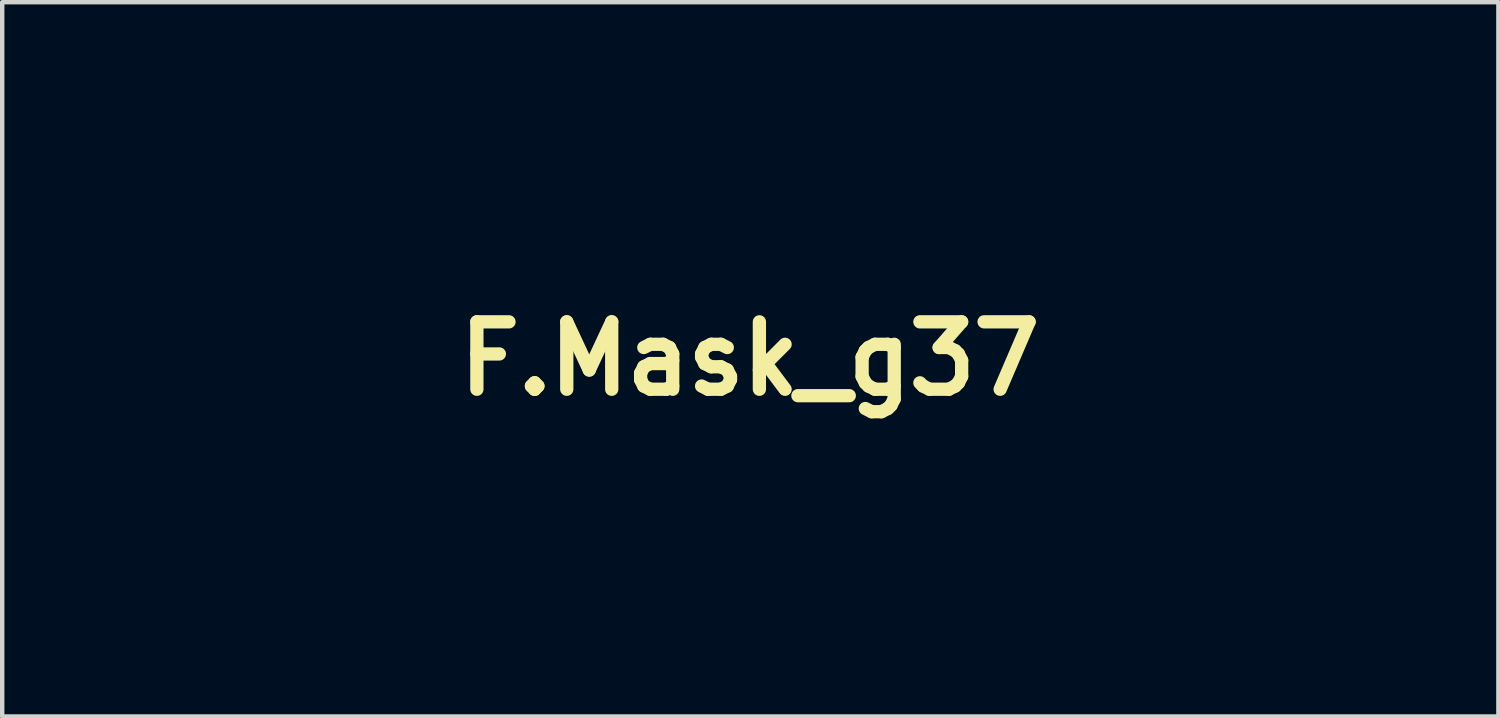
<source format=kicad_pcb>
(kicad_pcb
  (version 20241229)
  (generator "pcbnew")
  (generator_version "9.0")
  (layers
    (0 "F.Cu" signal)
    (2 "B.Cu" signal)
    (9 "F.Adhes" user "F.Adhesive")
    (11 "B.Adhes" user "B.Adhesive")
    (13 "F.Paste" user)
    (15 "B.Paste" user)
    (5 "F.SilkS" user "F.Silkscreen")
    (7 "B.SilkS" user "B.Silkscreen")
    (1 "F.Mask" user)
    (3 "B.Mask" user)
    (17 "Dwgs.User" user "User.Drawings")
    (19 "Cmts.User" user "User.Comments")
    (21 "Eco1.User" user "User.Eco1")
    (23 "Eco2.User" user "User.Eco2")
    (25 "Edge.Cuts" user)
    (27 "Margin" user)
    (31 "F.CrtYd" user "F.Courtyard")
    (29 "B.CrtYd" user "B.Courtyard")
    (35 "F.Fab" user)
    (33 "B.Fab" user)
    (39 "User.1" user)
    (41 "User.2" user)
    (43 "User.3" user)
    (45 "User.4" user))
  (footprint "F.Mask_g37"
    (layer "F.Cu")
    (at 13.899 5.06)
    (property "Reference" "F.Mask_g37" (at 0 0 0) (layer "F.SilkS") (effects (font (size 1.524 1.524) (thickness 0.3))))
    (attr through_hole)
    (fp_poly (pts (xy 1.314 2.718) (xy 1.509 2.72) (xy 1.679 2.723) (xy 1.819 2.726) (xy 1.923 2.731) (xy 1.985 2.735) (xy 2.002 2.74) (xy 1.991 2.77) (xy 1.963 2.839) (xy 1.924 2.938) (xy 1.876 3.059) (xy 1.841 3.146) (xy 1.689 3.53) (xy 0.778 3.53) (xy 0.539 3.53) (xy 0.346 3.53) (xy 0.194 3.529) (xy 0.079 3.527) (xy -0.005 3.524) (xy -0.062 3.519) (xy -0.096 3.513) (xy -0.114 3.505) (xy -0.118 3.495) (xy -0.116 3.486) (xy -0.101 3.448) (xy -0.072 3.372) (xy -0.031 3.267) (xy 0.018 3.144) (xy 0.044 3.08) (xy 0.187 2.718) (xy 1.099 2.718) (xy 1.314 2.718)) (stroke (width 0.01) (type solid)) (fill yes) (layer "F.Mask"))
    (fp_poly (pts (xy 9.503 0.972) (xy 9.64 1.048) (xy 9.686 1.087) (xy 9.772 1.189) (xy 9.817 1.3) (xy 9.83 1.428) (xy 9.824 1.514) (xy 9.803 1.591) (xy 9.76 1.68) (xy 9.735 1.725) (xy 9.604 1.9) (xy 9.437 2.042) (xy 9.234 2.152) (xy 8.993 2.229) (xy 8.712 2.274) (xy 8.674 2.277) (xy 8.48 2.294) (xy 8.521 2.195) (xy 8.543 2.141) (xy 8.581 2.049) (xy 8.63 1.928) (xy 8.687 1.786) (xy 8.748 1.634) (xy 8.757 1.613) (xy 8.834 1.426) (xy 8.898 1.28) (xy 8.953 1.171) (xy 9.003 1.091) (xy 9.053 1.036) (xy 9.106 0.999) (xy 9.166 0.973) (xy 9.19 0.966) (xy 9.353 0.944) (xy 9.503 0.972)) (stroke (width 0.01) (type solid)) (fill yes) (layer "F.Mask"))
    (fp_poly (pts (xy 1.307 -3.867) (xy 1.297 -3.797) (xy 1.283 -3.702) (xy 1.269 -3.591) (xy 1.256 -3.476) (xy 1.243 -3.369) (xy 1.234 -3.281) (xy 1.23 -3.224) (xy 1.23 -3.207) (xy 1.246 -3.224) (xy 1.289 -3.275) (xy 1.351 -3.355) (xy 1.429 -3.457) (xy 1.514 -3.568) (xy 1.791 -3.935) (xy 2.242 -3.936) (xy 2.387 -3.936) (xy 2.512 -3.935) (xy 2.61 -3.932) (xy 2.673 -3.93) (xy 2.692 -3.927) (xy 2.677 -3.906) (xy 2.631 -3.85) (xy 2.559 -3.763) (xy 2.464 -3.648) (xy 2.349 -3.51) (xy 2.217 -3.351) (xy 2.071 -3.177) (xy 1.915 -2.991) (xy 1.906 -2.98) (xy 1.119 -2.045) (xy 1.233 -2.037) (xy 1.305 -2.026) (xy 1.343 -2.007) (xy 1.346 -1.999) (xy 1.328 -1.928) (xy 1.282 -1.84) (xy 1.219 -1.749) (xy 1.149 -1.672) (xy 1.148 -1.671) (xy 1.081 -1.617) (xy 1.009 -1.574) (xy 0.926 -1.543) (xy 0.824 -1.522) (xy 0.696 -1.508) (xy 0.533 -1.501) (xy 0.327 -1.499) (xy 0.298 -1.499) (xy 0.136 -1.5) (xy 0.002 -1.503) (xy -0.098 -1.508) (xy -0.158 -1.515) (xy -0.174 -1.522) (xy -0.154 -1.547) (xy -0.105 -1.603) (xy -0.033 -1.683) (xy 0.057 -1.78) (xy 0.152 -1.881) (xy 0.469 -2.217) (xy 0.538 -2.804) (xy 0.563 -3.017) (xy 0.583 -3.185) (xy 0.596 -3.316) (xy 0.602 -3.417) (xy 0.601 -3.493) (xy 0.591 -3.551) (xy 0.573 -3.598) (xy 0.544 -3.641) (xy 0.505 -3.686) (xy 0.456 -3.739) (xy 0.442 -3.754) (xy 0.275 -3.937) (xy 1.32 -3.937) (xy 1.307 -3.867)) (stroke (width 0.01) (type solid)) (fill yes) (layer "F.Mask"))
    (fp_poly (pts (xy -1 -5.054) (xy -0.854 -5.053) (xy -0.746 -5.051) (xy -0.672 -5.048) (xy -0.626 -5.042) (xy -0.602 -5.034) (xy -0.593 -5.023) (xy -0.595 -5.01) (xy -0.609 -4.974) (xy -0.638 -4.898) (xy -0.68 -4.791) (xy -0.731 -4.659) (xy -0.79 -4.51) (xy -0.81 -4.458) (xy -1.011 -3.95) (xy -0.623 -3.943) (xy -0.234 -3.936) (xy -0.073 -3.788) (xy 0.087 -3.64) (xy -0.128 -3.087) (xy -0.212 -2.876) (xy -0.284 -2.706) (xy -0.347 -2.574) (xy -0.405 -2.472) (xy -0.462 -2.396) (xy -0.521 -2.34) (xy -0.586 -2.296) (xy -0.641 -2.27) (xy -0.672 -2.258) (xy -0.708 -2.248) (xy -0.754 -2.24) (xy -0.815 -2.234) (xy -0.897 -2.229) (xy -1.004 -2.225) (xy -1.142 -2.222) (xy -1.317 -2.22) (xy -1.532 -2.218) (xy -1.765 -2.216) (xy -2.781 -2.21) (xy -2.534 -2.445) (xy -2.354 -2.616) (xy -1.52 -2.616) (xy -1.075 -2.616) (xy -0.906 -3.055) (xy -0.852 -3.194) (xy -0.806 -3.318) (xy -0.769 -3.417) (xy -0.745 -3.484) (xy -0.737 -3.512) (xy -0.76 -3.52) (xy -0.823 -3.527) (xy -0.912 -3.53) (xy -0.95 -3.531) (xy -1.164 -3.531) (xy -1.24 -3.334) (xy -1.283 -3.221) (xy -1.337 -3.084) (xy -1.392 -2.943) (xy -1.418 -2.877) (xy -1.52 -2.616) (xy -2.354 -2.616) (xy -2.287 -2.68) (xy -1.915 -3.619) (xy -1.833 -3.827) (xy -1.757 -4.021) (xy -1.688 -4.196) (xy -1.629 -4.346) (xy -1.582 -4.467) (xy -1.549 -4.552) (xy -1.532 -4.598) (xy -1.531 -4.603) (xy -1.54 -4.645) (xy -1.581 -4.718) (xy -1.649 -4.813) (xy -1.661 -4.829) (xy -1.724 -4.912) (xy -1.772 -4.981) (xy -1.8 -5.024) (xy -1.803 -5.034) (xy -1.779 -5.039) (xy -1.711 -5.045) (xy -1.606 -5.049) (xy -1.471 -5.052) (xy -1.313 -5.054) (xy -1.192 -5.055) (xy -1 -5.054)) (stroke (width 0.01) (type solid)) (fill yes) (layer "F.Mask"))
    (fp_poly (pts (xy -3.189 2.464) (xy -3.004 2.465) (xy -2.842 2.467) (xy -2.709 2.469) (xy -2.611 2.471) (xy -2.553 2.474) (xy -2.54 2.476) (xy -2.549 2.501) (xy -2.575 2.569) (xy -2.616 2.674) (xy -2.67 2.811) (xy -2.735 2.977) (xy -2.809 3.165) (xy -2.89 3.371) (xy -2.943 3.504) (xy -3.346 4.521) (xy -3.038 4.521) (xy -2.731 4.52) (xy -2.332 3.498) (xy -1.934 2.477) (xy -1.348 2.47) (xy -1.154 2.468) (xy -1.006 2.468) (xy -0.897 2.47) (xy -0.825 2.475) (xy -0.782 2.481) (xy -0.763 2.491) (xy -0.762 2.496) (xy -0.771 2.526) (xy -0.797 2.599) (xy -0.837 2.707) (xy -0.889 2.845) (xy -0.952 3.007) (xy -1.023 3.189) (xy -1.082 3.341) (xy -1.158 3.534) (xy -1.229 3.713) (xy -1.291 3.872) (xy -1.343 4.006) (xy -1.383 4.109) (xy -1.408 4.174) (xy -1.415 4.196) (xy -1.416 4.218) (xy -1.395 4.232) (xy -1.345 4.24) (xy -1.256 4.246) (xy -1.224 4.247) (xy -1.02 4.255) (xy -1.095 4.43) (xy -1.184 4.61) (xy -1.283 4.752) (xy -1.4 4.864) (xy -1.44 4.894) (xy -1.495 4.932) (xy -1.545 4.964) (xy -1.597 4.991) (xy -1.655 5.012) (xy -1.724 5.029) (xy -1.808 5.042) (xy -1.913 5.052) (xy -2.043 5.059) (xy -2.205 5.064) (xy -2.402 5.068) (xy -2.639 5.07) (xy -2.922 5.072) (xy -2.946 5.072) (xy -4.077 5.08) (xy -4.318 4.879) (xy -4.41 4.8) (xy -4.486 4.732) (xy -4.538 4.681) (xy -4.559 4.655) (xy -4.559 4.654) (xy -4.55 4.626) (xy -4.524 4.556) (xy -4.484 4.451) (xy -4.431 4.315) (xy -4.368 4.155) (xy -4.298 3.976) (xy -4.245 3.844) (xy -3.931 3.056) (xy -4.086 2.787) (xy -4.146 2.681) (xy -4.195 2.59) (xy -4.229 2.523) (xy -4.242 2.491) (xy -4.242 2.491) (xy -4.219 2.482) (xy -4.15 2.476) (xy -4.035 2.47) (xy -3.871 2.467) (xy -3.659 2.465) (xy -3.396 2.464) (xy -3.391 2.464) (xy -3.189 2.464)) (stroke (width 0.01) (type solid)) (fill yes) (layer "F.Mask"))
    (fp_poly (pts (xy 9.929 2.673) (xy 10.015 2.758) (xy 10.086 2.833) (xy 10.135 2.891) (xy 10.153 2.921) (xy 10.146 2.955) (xy 10.121 3.028) (xy 10.081 3.133) (xy 10.03 3.262) (xy 9.971 3.409) (xy 9.946 3.467) (xy 9.734 3.975) (xy 8.857 3.982) (xy 7.98 3.988) (xy 7.904 4.185) (xy 7.866 4.282) (xy 7.834 4.365) (xy 7.813 4.419) (xy 7.81 4.426) (xy 7.807 4.444) (xy 7.818 4.457) (xy 7.853 4.465) (xy 7.919 4.469) (xy 8.023 4.47) (xy 8.106 4.47) (xy 8.42 4.47) (xy 8.523 4.204) (xy 9.088 4.197) (xy 9.251 4.195) (xy 9.396 4.195) (xy 9.514 4.196) (xy 9.6 4.198) (xy 9.646 4.201) (xy 9.652 4.203) (xy 9.639 4.248) (xy 9.606 4.323) (xy 9.558 4.418) (xy 9.502 4.521) (xy 9.444 4.619) (xy 9.391 4.701) (xy 9.353 4.752) (xy 9.214 4.874) (xy 9.043 4.973) (xy 8.857 5.039) (xy 8.788 5.053) (xy 8.722 5.06) (xy 8.612 5.066) (xy 8.468 5.071) (xy 8.294 5.075) (xy 8.101 5.078) (xy 7.894 5.08) (xy 7.788 5.08) (xy 6.953 5.08) (xy 6.74 4.87) (xy 6.527 4.661) (xy 6.863 3.788) (xy 6.952 3.557) (xy 7.009 3.411) (xy 8.23 3.411) (xy 8.253 3.418) (xy 8.318 3.423) (xy 8.415 3.427) (xy 8.533 3.429) (xy 8.542 3.429) (xy 8.854 3.429) (xy 8.933 3.239) (xy 9.011 3.048) (xy 8.365 3.048) (xy 8.297 3.22) (xy 8.264 3.307) (xy 8.24 3.374) (xy 8.23 3.409) (xy 8.23 3.411) (xy 7.009 3.411) (xy 7.026 3.368) (xy 7.086 3.217) (xy 7.136 3.098) (xy 7.177 3.005) (xy 7.212 2.934) (xy 7.243 2.88) (xy 7.273 2.836) (xy 7.303 2.799) (xy 7.311 2.79) (xy 7.382 2.715) (xy 7.452 2.652) (xy 7.526 2.601) (xy 7.609 2.56) (xy 7.706 2.528) (xy 7.824 2.504) (xy 7.966 2.486) (xy 8.139 2.475) (xy 8.348 2.468) (xy 8.597 2.465) (xy 8.849 2.464) (xy 9.71 2.464) (xy 9.929 2.673)) (stroke (width 0.01) (type solid)) (fill yes) (layer "F.Mask"))
    (fp_poly (pts (xy 13.716 2.656) (xy 13.798 2.738) (xy 13.864 2.809) (xy 13.907 2.861) (xy 13.919 2.883) (xy 13.91 2.916) (xy 13.883 2.988) (xy 13.843 3.094) (xy 13.79 3.228) (xy 13.729 3.382) (xy 13.661 3.551) (xy 13.59 3.728) (xy 13.517 3.906) (xy 13.446 4.078) (xy 13.38 4.239) (xy 13.32 4.382) (xy 13.269 4.5) (xy 13.231 4.587) (xy 13.207 4.636) (xy 13.205 4.64) (xy 13.117 4.75) (xy 12.996 4.854) (xy 12.871 4.931) (xy 12.805 4.964) (xy 12.743 4.99) (xy 12.679 5.012) (xy 12.608 5.029) (xy 12.522 5.042) (xy 12.417 5.052) (xy 12.287 5.059) (xy 12.126 5.064) (xy 11.928 5.068) (xy 11.687 5.071) (xy 11.582 5.072) (xy 10.655 5.082) (xy 10.457 4.866) (xy 10.259 4.649) (xy 10.325 4.464) (xy 10.335 4.439) (xy 11.533 4.439) (xy 11.546 4.453) (xy 11.591 4.462) (xy 11.673 4.468) (xy 11.798 4.47) (xy 11.847 4.47) (xy 12.163 4.47) (xy 12.295 4.134) (xy 12.355 3.98) (xy 12.426 3.8) (xy 12.499 3.615) (xy 12.566 3.444) (xy 12.576 3.419) (xy 12.627 3.29) (xy 12.67 3.179) (xy 12.703 3.094) (xy 12.722 3.042) (xy 12.725 3.031) (xy 12.702 3.028) (xy 12.637 3.026) (xy 12.54 3.026) (xy 12.421 3.028) (xy 12.402 3.028) (xy 12.079 3.035) (xy 11.807 3.721) (xy 11.737 3.897) (xy 11.674 4.059) (xy 11.62 4.2) (xy 11.577 4.314) (xy 11.547 4.394) (xy 11.534 4.435) (xy 11.533 4.439) (xy 10.335 4.439) (xy 10.369 4.345) (xy 10.424 4.199) (xy 10.486 4.036) (xy 10.553 3.862) (xy 10.621 3.684) (xy 10.689 3.512) (xy 10.752 3.351) (xy 10.808 3.21) (xy 10.854 3.096) (xy 10.888 3.016) (xy 10.902 2.985) (xy 11.01 2.825) (xy 11.16 2.69) (xy 11.348 2.583) (xy 11.519 2.52) (xy 11.566 2.51) (xy 11.634 2.501) (xy 11.725 2.493) (xy 11.847 2.487) (xy 12.002 2.481) (xy 12.196 2.477) (xy 12.433 2.473) (xy 12.58 2.471) (xy 13.513 2.459) (xy 13.716 2.656)) (stroke (width 0.01) (type solid)) (fill yes) (layer "F.Mask"))
    (fp_poly (pts (xy -9.185 1.141) (xy -8.889 1.47) (xy -9.119 2.083) (xy -9.184 2.255) (xy -9.245 2.416) (xy -9.3 2.557) (xy -9.346 2.673) (xy -9.38 2.754) (xy -9.396 2.79) (xy -9.503 2.948) (xy -9.649 3.096) (xy -9.822 3.223) (xy -10.011 3.32) (xy -10.102 3.353) (xy -10.153 3.367) (xy -10.205 3.379) (xy -10.265 3.387) (xy -10.339 3.394) (xy -10.434 3.398) (xy -10.556 3.401) (xy -10.713 3.403) (xy -10.909 3.404) (xy -11.049 3.404) (xy -11.83 3.404) (xy -11.973 3.785) (xy -12.021 3.915) (xy -12.063 4.027) (xy -12.094 4.114) (xy -12.112 4.167) (xy -12.116 4.179) (xy -12.092 4.183) (xy -12.026 4.187) (xy -11.928 4.19) (xy -11.807 4.191) (xy -11.762 4.191) (xy -11.408 4.191) (xy -11.355 4.045) (xy -11.324 3.962) (xy -11.301 3.896) (xy -11.29 3.867) (xy -11.275 3.857) (xy -11.235 3.85) (xy -11.164 3.844) (xy -11.059 3.84) (xy -10.916 3.837) (xy -10.73 3.836) (xy -10.545 3.835) (xy -9.811 3.835) (xy -9.932 4.152) (xy -9.993 4.307) (xy -10.044 4.424) (xy -10.092 4.513) (xy -10.142 4.585) (xy -10.2 4.651) (xy -10.264 4.711) (xy -10.434 4.833) (xy -10.646 4.93) (xy -10.901 5.002) (xy -11.199 5.049) (xy -11.251 5.055) (xy -11.342 5.061) (xy -11.469 5.066) (xy -11.627 5.071) (xy -11.81 5.074) (xy -12.012 5.077) (xy -12.228 5.079) (xy -12.452 5.08) (xy -12.679 5.081) (xy -12.902 5.08) (xy -13.116 5.079) (xy -13.315 5.077) (xy -13.494 5.074) (xy -13.647 5.07) (xy -13.768 5.065) (xy -13.851 5.06) (xy -13.891 5.054) (xy -13.894 5.052) (xy -13.885 5.017) (xy -13.861 4.94) (xy -13.823 4.83) (xy -13.773 4.69) (xy -13.715 4.529) (xy -13.651 4.352) (xy -13.583 4.166) (xy -13.512 3.976) (xy -13.443 3.79) (xy -13.376 3.614) (xy -13.315 3.454) (xy -13.261 3.316) (xy -13.217 3.206) (xy -13.186 3.132) (xy -13.171 3.101) (xy -13.087 2.994) (xy -12.974 2.883) (xy -12.851 2.785) (xy -12.744 2.721) (xy -12.668 2.685) (xy -12.596 2.656) (xy -12.523 2.633) (xy -12.442 2.615) (xy -12.347 2.601) (xy -12.231 2.591) (xy -12.087 2.583) (xy -11.909 2.577) (xy -11.691 2.571) (xy -11.544 2.568) (xy -10.732 2.553) (xy -10.575 2.139) (xy -10.418 1.726) (xy -11.183 1.74) (xy -11.336 2.134) (xy -12.718 2.134) (xy -12.475 1.473) (xy -12.231 0.813) (xy -9.481 0.813) (xy -9.185 1.141)) (stroke (width 0.01) (type solid)) (fill yes) (layer "F.Mask"))
    (fp_poly (pts (xy 6.664 1.167) (xy 6.765 1.279) (xy 6.853 1.378) (xy 6.922 1.459) (xy 6.968 1.514) (xy 6.985 1.539) (xy 6.985 1.539) (xy 6.976 1.571) (xy 6.95 1.642) (xy 6.911 1.747) (xy 6.862 1.877) (xy 6.804 2.025) (xy 6.742 2.185) (xy 6.677 2.348) (xy 6.613 2.508) (xy 6.553 2.658) (xy 6.499 2.79) (xy 6.454 2.898) (xy 6.421 2.974) (xy 6.406 3.005) (xy 6.309 3.137) (xy 6.171 3.243) (xy 5.991 3.326) (xy 5.969 3.333) (xy 5.922 3.348) (xy 5.874 3.36) (xy 5.819 3.37) (xy 5.752 3.378) (xy 5.666 3.384) (xy 5.555 3.389) (xy 5.414 3.393) (xy 5.236 3.397) (xy 5.017 3.401) (xy 4.904 3.402) (xy 4.004 3.416) (xy 3.856 3.796) (xy 3.806 3.925) (xy 3.764 4.036) (xy 3.731 4.121) (xy 3.712 4.172) (xy 3.708 4.184) (xy 3.732 4.187) (xy 3.795 4.189) (xy 3.886 4.191) (xy 3.937 4.191) (xy 4.038 4.192) (xy 4.116 4.196) (xy 4.16 4.201) (xy 4.166 4.204) (xy 4.155 4.231) (xy 4.128 4.293) (xy 4.087 4.381) (xy 4.053 4.453) (xy 3.937 4.656) (xy 3.803 4.814) (xy 3.645 4.931) (xy 3.458 5.011) (xy 3.277 5.053) (xy 3.211 5.059) (xy 3.102 5.065) (xy 2.955 5.07) (xy 2.779 5.075) (xy 2.579 5.078) (xy 2.364 5.079) (xy 2.21 5.08) (xy 1.309 5.08) (xy 2.206 4.178) (xy 2.68 2.985) (xy 2.775 2.746) (xy 2.835 2.594) (xy 4.318 2.594) (xy 4.342 2.601) (xy 4.408 2.608) (xy 4.507 2.613) (xy 4.631 2.615) (xy 4.705 2.616) (xy 5.093 2.615) (xy 5.25 2.203) (xy 5.303 2.065) (xy 5.35 1.941) (xy 5.388 1.841) (xy 5.415 1.772) (xy 5.424 1.746) (xy 5.428 1.729) (xy 5.418 1.717) (xy 5.389 1.709) (xy 5.332 1.706) (xy 5.242 1.705) (xy 5.111 1.706) (xy 5.043 1.707) (xy 4.644 1.714) (xy 4.481 2.143) (xy 4.429 2.281) (xy 4.383 2.404) (xy 4.348 2.502) (xy 4.325 2.568) (xy 4.318 2.594) (xy 2.835 2.594) (xy 2.866 2.517) (xy 2.95 2.302) (xy 3.027 2.108) (xy 3.093 1.94) (xy 3.148 1.802) (xy 3.188 1.7) (xy 3.211 1.64) (xy 3.213 1.635) (xy 3.272 1.479) (xy 2.995 1.166) (xy 2.902 1.06) (xy 2.823 0.967) (xy 2.762 0.893) (xy 2.726 0.846) (xy 2.718 0.833) (xy 2.743 0.829) (xy 2.814 0.826) (xy 2.928 0.823) (xy 3.081 0.821) (xy 3.269 0.818) (xy 3.487 0.816) (xy 3.732 0.815) (xy 4 0.814) (xy 4.286 0.813) (xy 4.531 0.813) (xy 6.344 0.813) (xy 6.664 1.167)) (stroke (width 0.01) (type solid)) (fill yes) (layer "F.Mask"))
    (fp_poly (pts (xy -7.261 0.813) (xy -7.025 0.814) (xy -6.834 0.816) (xy -6.684 0.819) (xy -6.571 0.823) (xy -6.493 0.828) (xy -6.446 0.834) (xy -6.427 0.841) (xy -6.426 0.843) (xy -6.436 0.874) (xy -6.463 0.945) (xy -6.504 1.049) (xy -6.558 1.182) (xy -6.622 1.335) (xy -6.692 1.503) (xy -6.693 1.505) (xy -6.763 1.671) (xy -6.827 1.822) (xy -6.881 1.951) (xy -6.922 2.052) (xy -6.95 2.119) (xy -6.96 2.144) (xy -6.96 2.145) (xy -6.936 2.142) (xy -6.872 2.128) (xy -6.776 2.106) (xy -6.655 2.077) (xy -6.519 2.043) (xy -6.375 2.007) (xy -6.233 1.971) (xy -6.169 1.954) (xy -6.129 1.942) (xy -6.098 1.923) (xy -6.07 1.889) (xy -6.039 1.832) (xy -5.999 1.743) (xy -5.956 1.639) (xy -5.835 1.348) (xy -6.002 1.087) (xy -6.169 0.826) (xy -5.062 0.819) (xy -4.83 0.818) (xy -4.613 0.817) (xy -4.419 0.817) (xy -4.25 0.818) (xy -4.113 0.818) (xy -4.014 0.82) (xy -3.956 0.822) (xy -3.944 0.823) (xy -3.949 0.849) (xy -3.969 0.915) (xy -4.003 1.012) (xy -4.048 1.134) (xy -4.094 1.255) (xy -4.255 1.676) (xy -4.593 1.676) (xy -4.61 1.759) (xy -4.639 1.852) (xy -4.686 1.962) (xy -4.744 2.075) (xy -4.806 2.175) (xy -4.863 2.25) (xy -4.887 2.273) (xy -4.991 2.336) (xy -5.14 2.402) (xy -5.329 2.468) (xy -5.551 2.533) (xy -5.733 2.579) (xy -5.868 2.612) (xy -5.988 2.642) (xy -6.083 2.666) (xy -6.143 2.683) (xy -6.156 2.688) (xy -6.167 2.701) (xy -6.15 2.722) (xy -6.101 2.757) (xy -6.014 2.807) (xy -5.918 2.858) (xy -5.692 2.99) (xy -5.516 3.119) (xy -5.39 3.244) (xy -5.314 3.367) (xy -5.287 3.487) (xy -5.29 3.529) (xy -5.305 3.588) (xy -5.337 3.68) (xy -5.381 3.792) (xy -5.43 3.905) (xy -5.557 4.191) (xy -5.331 4.191) (xy -5.231 4.193) (xy -5.154 4.197) (xy -5.111 4.203) (xy -5.105 4.206) (xy -5.116 4.234) (xy -5.146 4.296) (xy -5.189 4.382) (xy -5.221 4.446) (xy -5.336 4.644) (xy -5.454 4.797) (xy -5.583 4.91) (xy -5.73 4.99) (xy -5.901 5.041) (xy -5.969 5.053) (xy -6.04 5.061) (xy -6.145 5.067) (xy -6.276 5.072) (xy -6.425 5.076) (xy -6.585 5.078) (xy -6.746 5.079) (xy -6.901 5.079) (xy -7.043 5.077) (xy -7.163 5.074) (xy -7.253 5.069) (xy -7.305 5.063) (xy -7.315 5.058) (xy -7.306 5.03) (xy -7.278 4.961) (xy -7.236 4.857) (xy -7.18 4.723) (xy -7.114 4.565) (xy -7.039 4.388) (xy -6.987 4.264) (xy -6.908 4.078) (xy -6.835 3.905) (xy -6.771 3.753) (xy -6.718 3.626) (xy -6.679 3.531) (xy -6.656 3.473) (xy -6.65 3.458) (xy -6.669 3.436) (xy -6.725 3.4) (xy -6.808 3.353) (xy -6.909 3.3) (xy -7.018 3.247) (xy -7.125 3.197) (xy -7.221 3.156) (xy -7.295 3.128) (xy -7.339 3.119) (xy -7.345 3.12) (xy -7.358 3.148) (xy -7.387 3.216) (xy -7.428 3.317) (xy -7.479 3.445) (xy -7.536 3.592) (xy -7.564 3.664) (xy -7.766 4.191) (xy -7.541 4.191) (xy -7.441 4.192) (xy -7.364 4.196) (xy -7.32 4.201) (xy -7.315 4.204) (xy -7.326 4.231) (xy -7.355 4.293) (xy -7.397 4.38) (xy -7.431 4.448) (xy -7.542 4.645) (xy -7.659 4.797) (xy -7.788 4.909) (xy -7.937 4.989) (xy -8.112 5.041) (xy -8.18 5.053) (xy -8.241 5.059) (xy -8.34 5.064) (xy -8.471 5.069) (xy -8.627 5.073) (xy -8.8 5.076) (xy -8.984 5.078) (xy -9.172 5.079) (xy -9.358 5.08) (xy -9.534 5.079) (xy -9.694 5.078) (xy -9.83 5.075) (xy -9.937 5.072) (xy -10.007 5.067) (xy -10.033 5.061) (xy -10.033 5.061) (xy -10.016 5.039) (xy -9.968 4.985) (xy -9.893 4.906) (xy -9.797 4.807) (xy -9.685 4.692) (xy -9.592 4.598) (xy -9.151 4.153) (xy -8.627 2.829) (xy -8.53 2.583) (xy -8.438 2.352) (xy -8.354 2.139) (xy -8.28 1.948) (xy -8.216 1.785) (xy -8.165 1.653) (xy -8.128 1.556) (xy -8.107 1.5) (xy -8.103 1.487) (xy -8.119 1.463) (xy -8.163 1.407) (xy -8.231 1.328) (xy -8.315 1.231) (xy -8.382 1.156) (xy -8.475 1.051) (xy -8.555 0.959) (xy -8.616 0.886) (xy -8.653 0.841) (xy -8.661 0.828) (xy -8.637 0.825) (xy -8.567 0.822) (xy -8.456 0.819) (xy -8.31 0.817) (xy -8.133 0.815) (xy -7.932 0.814) (xy -7.71 0.813) (xy -7.544 0.813) (xy -7.261 0.813)) (stroke (width 0.01) (type solid)) (fill yes) (layer "F.Mask")))
  (gr_rect
    (start -3 -3)
    (end 30.823 13.147)
    (stroke (width 0.1) (type default))
    (fill no)
    (layer "Edge.Cuts")))
</source>
